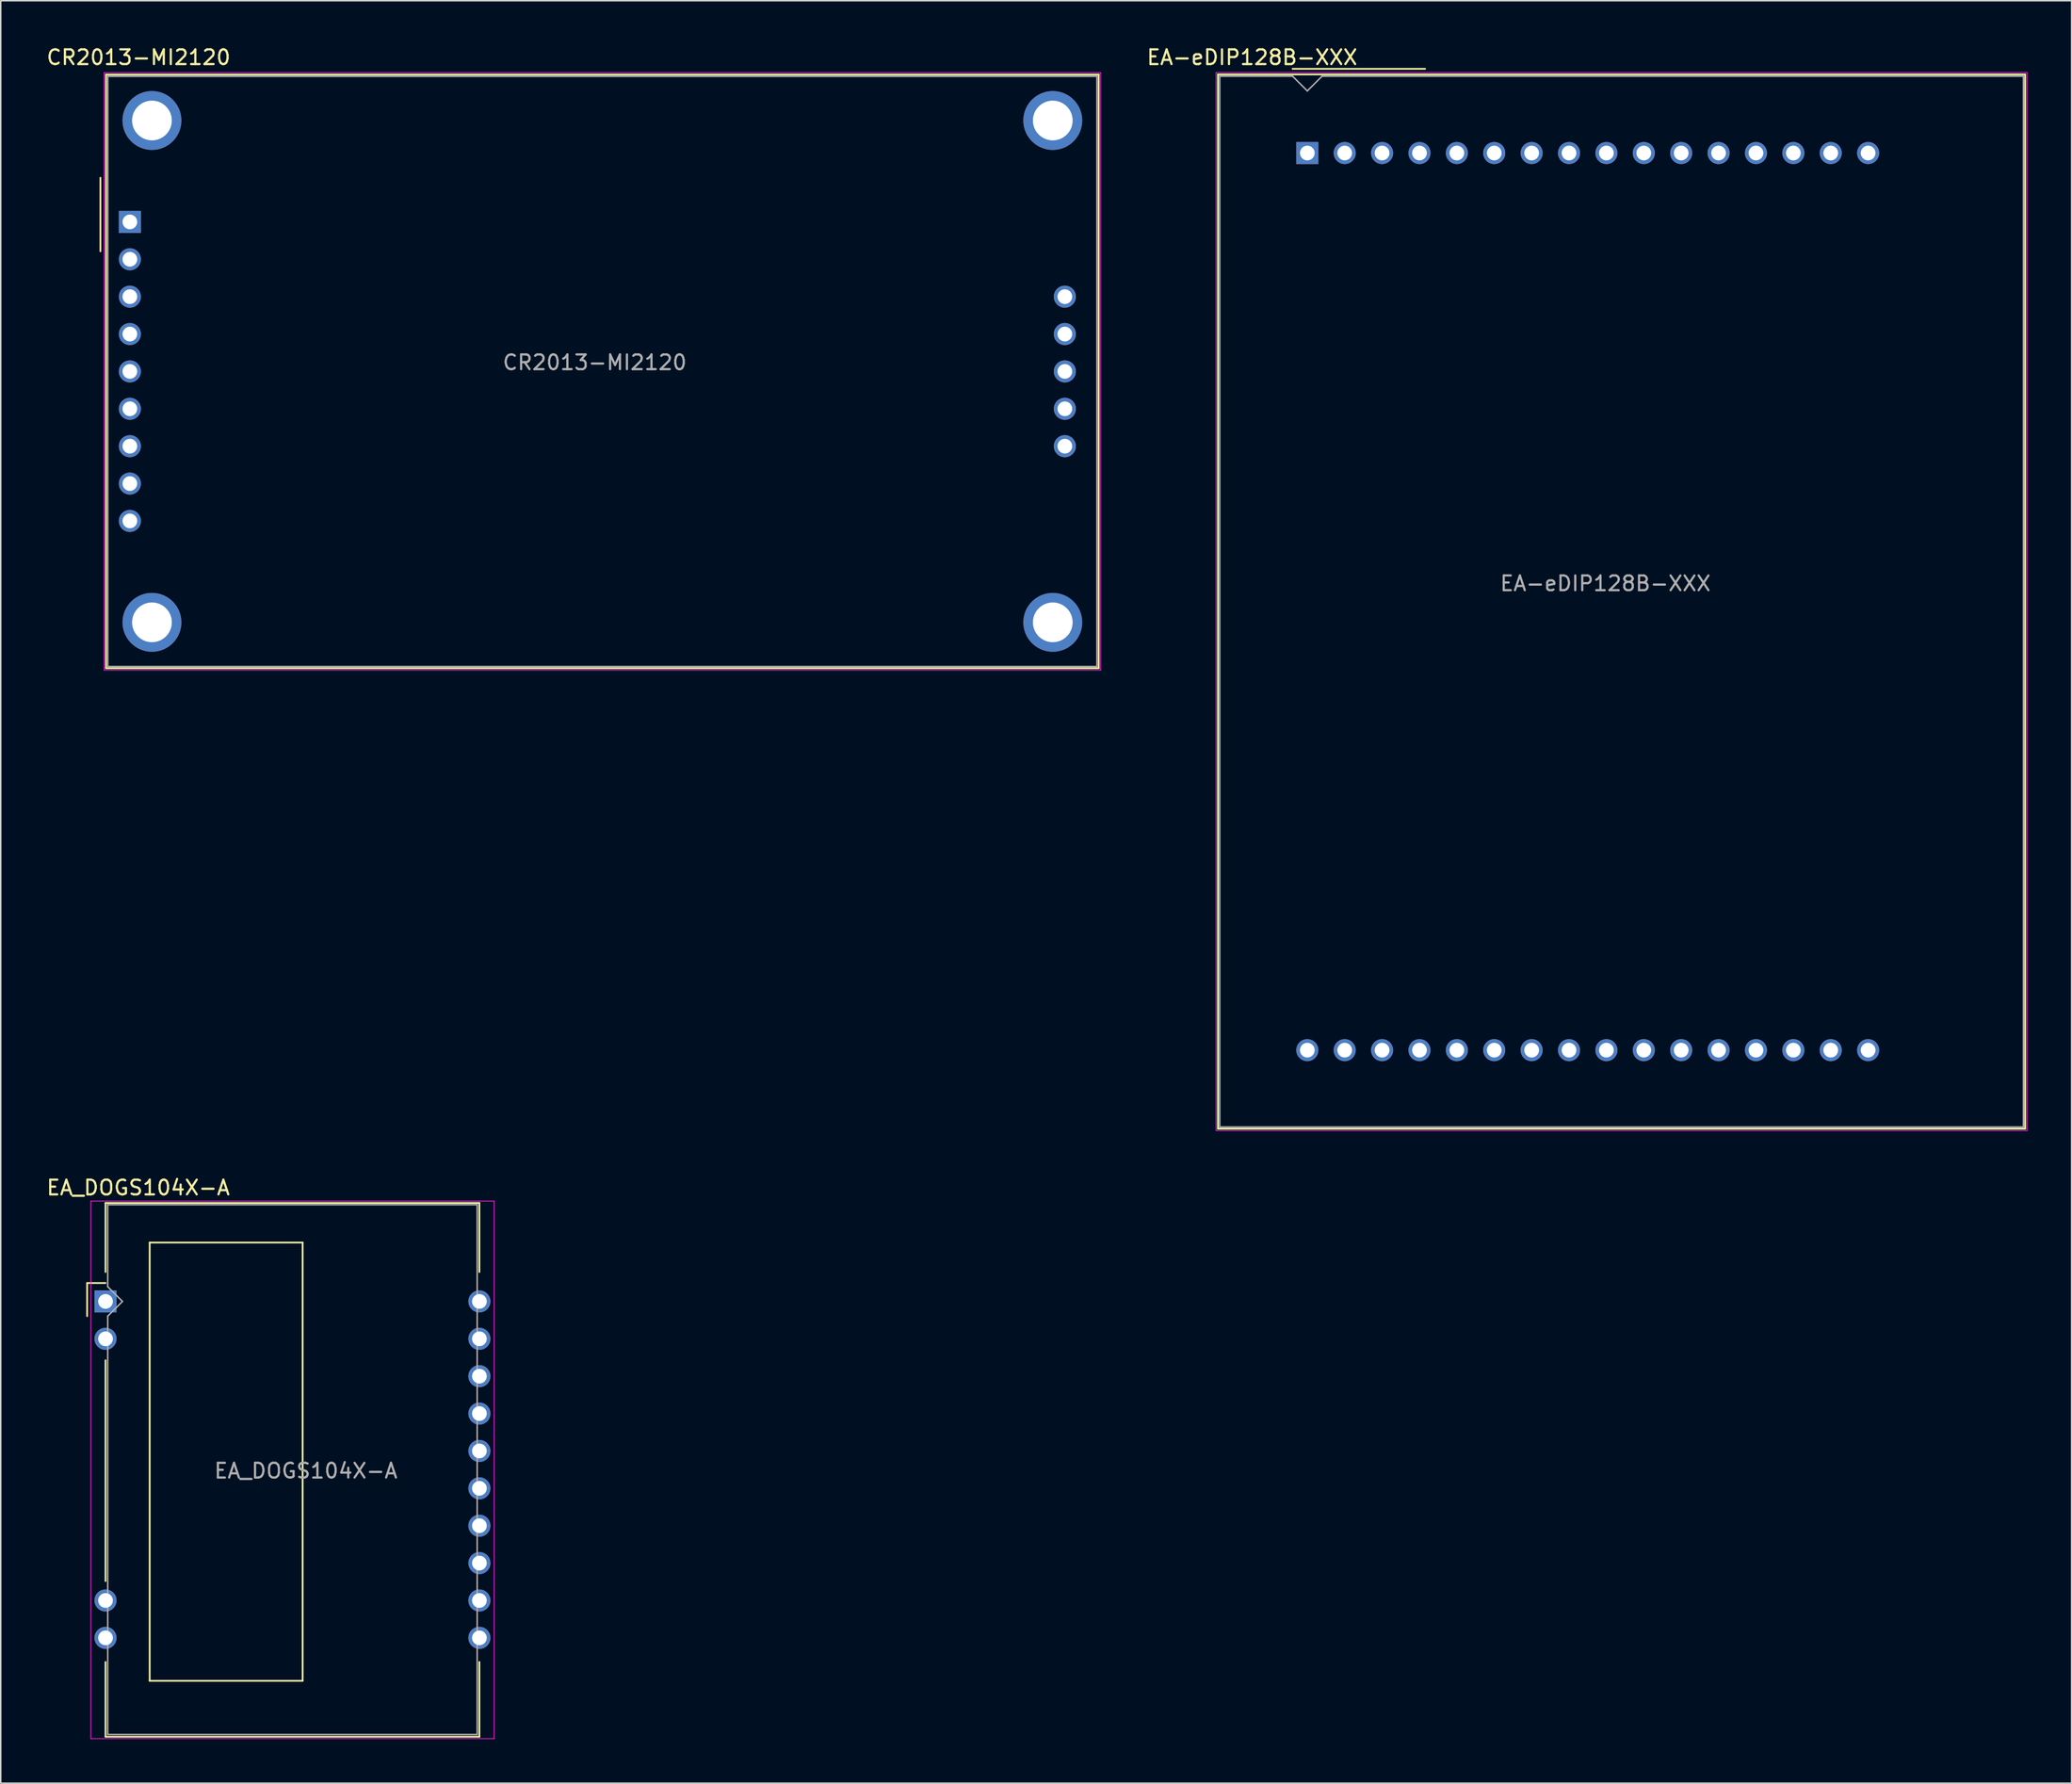
<source format=kicad_pcb>
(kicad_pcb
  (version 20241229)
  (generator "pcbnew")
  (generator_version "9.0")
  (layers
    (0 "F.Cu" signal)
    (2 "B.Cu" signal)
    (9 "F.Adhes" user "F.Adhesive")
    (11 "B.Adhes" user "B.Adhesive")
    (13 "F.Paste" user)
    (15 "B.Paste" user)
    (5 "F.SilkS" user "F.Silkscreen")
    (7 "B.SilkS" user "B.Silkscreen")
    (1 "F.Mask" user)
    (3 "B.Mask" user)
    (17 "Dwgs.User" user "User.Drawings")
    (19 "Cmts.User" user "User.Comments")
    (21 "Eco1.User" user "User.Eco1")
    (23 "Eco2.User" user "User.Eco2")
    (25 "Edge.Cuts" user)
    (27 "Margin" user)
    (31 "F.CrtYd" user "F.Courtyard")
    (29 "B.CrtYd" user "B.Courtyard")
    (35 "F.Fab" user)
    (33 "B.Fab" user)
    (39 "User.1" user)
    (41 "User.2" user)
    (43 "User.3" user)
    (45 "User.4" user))
  (footprint "EA-eDIP128B-XXX"
    (layer "F.Cu")
    (at 85.766 7.348)
    (property "Reference" "EA-eDIP128B-XXX" (at -3.75 -6.5 0) (layer "F.SilkS") (effects (font (size 1 1) (thickness 0.15))))
    (attr through_hole)
    (fp_line (start -6.07 -5.34) (end 48.77 -5.34) (stroke (width 0.12) (type solid)) (layer "F.SilkS"))
    (fp_line (start -6.07 66.3) (end -6.07 -5.34) (stroke (width 0.12) (type solid)) (layer "F.SilkS"))
    (fp_line (start -1 -5.72) (end 8 -5.72) (stroke (width 0.12) (type solid)) (layer "F.SilkS"))
    (fp_line (start 48.77 -5.34) (end 48.77 66.3) (stroke (width 0.12) (type solid)) (layer "F.SilkS"))
    (fp_line (start 48.77 66.3) (end -6.07 66.3) (stroke (width 0.12) (type solid)) (layer "F.SilkS"))
    (fp_line (start -6.2 -5.47) (end 48.9 -5.47) (stroke (width 0.05) (type solid)) (layer "F.CrtYd"))
    (fp_line (start -6.2 66.43) (end -6.2 -5.47) (stroke (width 0.05) (type solid)) (layer "F.CrtYd"))
    (fp_line (start 48.9 -5.47) (end 48.9 66.43) (stroke (width 0.05) (type solid)) (layer "F.CrtYd"))
    (fp_line (start 48.9 66.43) (end -6.2 66.43) (stroke (width 0.05) (type solid)) (layer "F.CrtYd"))
    (fp_line (start -5.95 -5.22) (end -1 -5.22) (stroke (width 0.1) (type solid)) (layer "F.Fab"))
    (fp_line (start -5.95 66.18) (end -5.95 -5.22) (stroke (width 0.1) (type solid)) (layer "F.Fab"))
    (fp_line (start -1 -5.22) (end 0 -4.22) (stroke (width 0.1) (type solid)) (layer "F.Fab"))
    (fp_line (start 0 -4.22) (end 1 -5.22) (stroke (width 0.1) (type solid)) (layer "F.Fab"))
    (fp_line (start 1 -5.22) (end 48.65 -5.22) (stroke (width 0.1) (type solid)) (layer "F.Fab"))
    (fp_line (start 48.65 -5.22) (end 48.65 66.18) (stroke (width 0.1) (type solid)) (layer "F.Fab"))
    (fp_line (start 48.65 66.18) (end -5.95 66.18) (stroke (width 0.1) (type solid)) (layer "F.Fab"))
    (fp_text user "${REFERENCE}" (at 20.25 29.25 0) (layer "F.Fab") (effects (font (size 1 1) (thickness 0.15))))
    (pad "1" thru_hole rect (at 0 0) (size 1.5 1.5) (drill 1) (layers "*.Cu" "*.Mask"))
    (pad "2" thru_hole circle (at 2.54 0) (size 1.5 1.5) (drill 1) (layers "*.Cu" "*.Mask"))
    (pad "3" thru_hole circle (at 5.08 0) (size 1.5 1.5) (drill 1) (layers "*.Cu" "*.Mask"))
    (pad "4" thru_hole circle (at 7.62 0) (size 1.5 1.5) (drill 1) (layers "*.Cu" "*.Mask"))
    (pad "5" thru_hole circle (at 10.16 0) (size 1.5 1.5) (drill 1) (layers "*.Cu" "*.Mask"))
    (pad "6" thru_hole circle (at 12.7 0) (size 1.5 1.5) (drill 1) (layers "*.Cu" "*.Mask"))
    (pad "7" thru_hole circle (at 15.24 0) (size 1.5 1.5) (drill 1) (layers "*.Cu" "*.Mask"))
    (pad "8" thru_hole circle (at 17.78 0) (size 1.5 1.5) (drill 1) (layers "*.Cu" "*.Mask"))
    (pad "9" thru_hole circle (at 20.32 0) (size 1.5 1.5) (drill 1) (layers "*.Cu" "*.Mask"))
    (pad "10" thru_hole circle (at 22.86 0) (size 1.5 1.5) (drill 1) (layers "*.Cu" "*.Mask"))
    (pad "11" thru_hole circle (at 25.4 0) (size 1.5 1.5) (drill 1) (layers "*.Cu" "*.Mask"))
    (pad "12" thru_hole circle (at 27.94 0) (size 1.5 1.5) (drill 1) (layers "*.Cu" "*.Mask"))
    (pad "13" thru_hole circle (at 30.48 0) (size 1.5 1.5) (drill 1) (layers "*.Cu" "*.Mask"))
    (pad "14" thru_hole circle (at 33.02 0) (size 1.5 1.5) (drill 1) (layers "*.Cu" "*.Mask"))
    (pad "15" thru_hole circle (at 35.56 0) (size 1.5 1.5) (drill 1) (layers "*.Cu" "*.Mask"))
    (pad "16" thru_hole circle (at 38.1 0) (size 1.5 1.5) (drill 1) (layers "*.Cu" "*.Mask"))
    (pad "17" thru_hole circle (at 38.1 60.96) (size 1.5 1.5) (drill 1) (layers "*.Cu" "*.Mask"))
    (pad "18" thru_hole circle (at 35.56 60.96) (size 1.5 1.5) (drill 1) (layers "*.Cu" "*.Mask"))
    (pad "19" thru_hole circle (at 33.02 60.96) (size 1.5 1.5) (drill 1) (layers "*.Cu" "*.Mask"))
    (pad "20" thru_hole circle (at 30.48 60.96) (size 1.5 1.5) (drill 1) (layers "*.Cu" "*.Mask"))
    (pad "21" thru_hole circle (at 27.94 60.96) (size 1.5 1.5) (drill 1) (layers "*.Cu" "*.Mask"))
    (pad "22" thru_hole circle (at 25.4 60.96) (size 1.5 1.5) (drill 1) (layers "*.Cu" "*.Mask"))
    (pad "23" thru_hole circle (at 22.86 60.96) (size 1.5 1.5) (drill 1) (layers "*.Cu" "*.Mask"))
    (pad "24" thru_hole circle (at 20.32 60.96) (size 1.5 1.5) (drill 1) (layers "*.Cu" "*.Mask"))
    (pad "25" thru_hole circle (at 17.78 60.96) (size 1.5 1.5) (drill 1) (layers "*.Cu" "*.Mask"))
    (pad "26" thru_hole circle (at 15.24 60.96) (size 1.5 1.5) (drill 1) (layers "*.Cu" "*.Mask"))
    (pad "27" thru_hole circle (at 12.7 60.96) (size 1.5 1.5) (drill 1) (layers "*.Cu" "*.Mask"))
    (pad "28" thru_hole circle (at 10.16 60.96) (size 1.5 1.5) (drill 1) (layers "*.Cu" "*.Mask"))
    (pad "29" thru_hole circle (at 7.62 60.96) (size 1.5 1.5) (drill 1) (layers "*.Cu" "*.Mask"))
    (pad "30" thru_hole circle (at 5.08 60.96) (size 1.5 1.5) (drill 1) (layers "*.Cu" "*.Mask"))
    (pad "31" thru_hole circle (at 2.54 60.96) (size 1.5 1.5) (drill 1) (layers "*.Cu" "*.Mask"))
    (pad "32" thru_hole circle (at 0 60.96) (size 1.5 1.5) (drill 1) (layers "*.Cu" "*.Mask")))
  (footprint "EA_DOGS104X-A"
    (layer "F.Cu")
    (at 4.119 85.382)
    (property "Reference" "EA_DOGS104X-A" (at 2.22 -7.73 0) (layer "F.SilkS") (effects (font (size 1 1) (thickness 0.15))))
    (attr through_hole)
    (fp_line (start -1.25 -1.25) (end -1.25 1) (stroke (width 0.12) (type solid)) (layer "F.SilkS"))
    (fp_line (start -1.25 -1.25) (end 0 -1.25) (stroke (width 0.12) (type solid)) (layer "F.SilkS"))
    (fp_line (start 0 -6.69) (end 25.4 -6.69) (stroke (width 0.12) (type solid)) (layer "F.SilkS"))
    (fp_line (start 0 -2) (end 0 -6.69) (stroke (width 0.12) (type solid)) (layer "F.SilkS"))
    (fp_line (start 0 4) (end 0 19) (stroke (width 0.12) (type solid)) (layer "F.SilkS"))
    (fp_line (start 0 24.5) (end 0 29.58) (stroke (width 0.12) (type solid)) (layer "F.SilkS"))
    (fp_line (start 3 -4) (end 3 25.78) (stroke (width 0.12) (type solid)) (layer "F.SilkS"))
    (fp_line (start 3 25.78) (end 13.39 25.78) (stroke (width 0.12) (type solid)) (layer "F.SilkS"))
    (fp_line (start 13.39 -4) (end 3 -4) (stroke (width 0.12) (type solid)) (layer "F.SilkS"))
    (fp_line (start 13.39 25.78) (end 13.39 -4) (stroke (width 0.12) (type solid)) (layer "F.SilkS"))
    (fp_line (start 25.4 -6.69) (end 25.4 -2) (stroke (width 0.12) (type solid)) (layer "F.SilkS"))
    (fp_line (start 25.4 24.5) (end 25.4 29.58) (stroke (width 0.12) (type solid)) (layer "F.SilkS"))
    (fp_line (start 25.4 29.58) (end 0 29.58) (stroke (width 0.12) (type solid)) (layer "F.SilkS"))
    (fp_line (start -1 -6.82) (end 26.4 -6.82) (stroke (width 0.05) (type solid)) (layer "F.CrtYd"))
    (fp_line (start -1 29.71) (end -1 -6.82) (stroke (width 0.05) (type solid)) (layer "F.CrtYd"))
    (fp_line (start 26.4 -6.82) (end 26.4 29.71) (stroke (width 0.05) (type solid)) (layer "F.CrtYd"))
    (fp_line (start 26.4 29.71) (end -1 29.71) (stroke (width 0.05) (type solid)) (layer "F.CrtYd"))
    (fp_line (start 0.15 -6.57) (end 25.25 -6.57) (stroke (width 0.1) (type solid)) (layer "F.Fab"))
    (fp_line (start 0.15 -1) (end 0.15 -6.57) (stroke (width 0.1) (type solid)) (layer "F.Fab"))
    (fp_line (start 0.15 -1) (end 1.15 0) (stroke (width 0.1) (type solid)) (layer "F.Fab"))
    (fp_line (start 0.15 1) (end 0.15 29.43) (stroke (width 0.1) (type solid)) (layer "F.Fab"))
    (fp_line (start 1.15 0) (end 0.15 1) (stroke (width 0.1) (type solid)) (layer "F.Fab"))
    (fp_line (start 25.25 -6.57) (end 25.25 29.43) (stroke (width 0.1) (type solid)) (layer "F.Fab"))
    (fp_line (start 25.25 29.43) (end 0.15 29.43) (stroke (width 0.1) (type solid)) (layer "F.Fab"))
    (fp_text user "${REFERENCE}" (at 13.61 11.51 0) (layer "F.Fab") (effects (font (size 1 1) (thickness 0.15))))
    (pad "1" thru_hole rect (at 0 0) (size 1.5 1.5) (drill 1) (layers "*.Cu" "*.Mask"))
    (pad "2" thru_hole circle (at 0 2.54) (size 1.5 1.5) (drill 1) (layers "*.Cu" "*.Mask"))
    (pad "9" thru_hole circle (at 0 20.32) (size 1.5 1.5) (drill 1) (layers "*.Cu" "*.Mask"))
    (pad "10" thru_hole circle (at 0 22.86) (size 1.5 1.5) (drill 1) (layers "*.Cu" "*.Mask"))
    (pad "11" thru_hole circle (at 25.4 22.86) (size 1.5 1.5) (drill 1) (layers "*.Cu" "*.Mask"))
    (pad "12" thru_hole circle (at 25.4 20.32) (size 1.5 1.5) (drill 1) (layers "*.Cu" "*.Mask"))
    (pad "13" thru_hole circle (at 25.4 17.78) (size 1.5 1.5) (drill 1) (layers "*.Cu" "*.Mask"))
    (pad "14" thru_hole circle (at 25.4 15.24) (size 1.5 1.5) (drill 1) (layers "*.Cu" "*.Mask"))
    (pad "15" thru_hole circle (at 25.4 12.7) (size 1.5 1.5) (drill 1) (layers "*.Cu" "*.Mask"))
    (pad "16" thru_hole circle (at 25.4 10.16) (size 1.5 1.5) (drill 1) (layers "*.Cu" "*.Mask"))
    (pad "17" thru_hole circle (at 25.4 7.62) (size 1.5 1.5) (drill 1) (layers "*.Cu" "*.Mask"))
    (pad "18" thru_hole circle (at 25.4 5.08) (size 1.5 1.5) (drill 1) (layers "*.Cu" "*.Mask"))
    (pad "19" thru_hole circle (at 25.4 2.54) (size 1.5 1.5) (drill 1) (layers "*.Cu" "*.Mask"))
    (pad "20" thru_hole circle (at 25.4 0) (size 1.5 1.5) (drill 1) (layers "*.Cu" "*.Mask")))
  (footprint "CR2013-MI2120"
    (layer "F.Cu")
    (at 5.773 12.028)
    (property "Reference" "CR2013-MI2120" (at 0.59 -11.18 0) (layer "F.SilkS") (effects (font (size 1 1) (thickness 0.15))))
    (attr through_hole)
    (fp_line (start -2 -3) (end -2 2) (stroke (width 0.12) (type solid)) (layer "F.SilkS"))
    (fp_line (start -1.62 -10.01) (end 65.82 -10.01) (stroke (width 0.12) (type solid)) (layer "F.SilkS"))
    (fp_line (start -1.62 30.33) (end -1.62 -10.01) (stroke (width 0.12) (type solid)) (layer "F.SilkS"))
    (fp_line (start 65.82 -10.01) (end 65.82 30.33) (stroke (width 0.12) (type solid)) (layer "F.SilkS"))
    (fp_line (start 65.82 30.33) (end -1.62 30.33) (stroke (width 0.12) (type solid)) (layer "F.SilkS"))
    (fp_line (start -1.75 -10.14) (end 65.95 -10.14) (stroke (width 0.05) (type solid)) (layer "F.CrtYd"))
    (fp_line (start -1.75 30.46) (end -1.75 -10.14) (stroke (width 0.05) (type solid)) (layer "F.CrtYd"))
    (fp_line (start 65.95 -10.14) (end 65.95 30.46) (stroke (width 0.05) (type solid)) (layer "F.CrtYd"))
    (fp_line (start 65.95 30.46) (end -1.75 30.46) (stroke (width 0.05) (type solid)) (layer "F.CrtYd"))
    (fp_line (start -1.5 -9.89) (end 65.7 -9.89) (stroke (width 0.1) (type solid)) (layer "F.Fab"))
    (fp_line (start -1.5 30.21) (end -1.5 -9.89) (stroke (width 0.1) (type solid)) (layer "F.Fab"))
    (fp_line (start 65.7 -9.89) (end 65.7 30.21) (stroke (width 0.1) (type solid)) (layer "F.Fab"))
    (fp_line (start 65.7 30.21) (end -1.5 30.21) (stroke (width 0.1) (type solid)) (layer "F.Fab"))
    (fp_text user "${REFERENCE}" (at 31.58 9.55 0) (layer "F.Fab") (effects (font (size 1 1) (thickness 0.15))))
    (pad "" thru_hole circle (at 1.5 -6.89) (size 4 4) (drill 2.7) (layers "*.Cu" "*.Mask"))
    (pad "" thru_hole circle (at 1.5 27.21) (size 4 4) (drill 2.7) (layers "*.Cu" "*.Mask"))
    (pad "" thru_hole circle (at 62.7 -6.89) (size 4 4) (drill 2.7) (layers "*.Cu" "*.Mask"))
    (pad "" thru_hole circle (at 62.7 27.21) (size 4 4) (drill 2.7) (layers "*.Cu" "*.Mask"))
    (pad "1" thru_hole rect (at 0 0) (size 1.5 1.5) (drill 1) (layers "*.Cu" "*.Mask"))
    (pad "2" thru_hole circle (at 0 2.54) (size 1.5 1.5) (drill 1) (layers "*.Cu" "*.Mask"))
    (pad "3" thru_hole circle (at 0 5.08) (size 1.5 1.5) (drill 1) (layers "*.Cu" "*.Mask"))
    (pad "4" thru_hole circle (at 0 7.62) (size 1.5 1.5) (drill 1) (layers "*.Cu" "*.Mask"))
    (pad "5" thru_hole circle (at 0 10.16) (size 1.5 1.5) (drill 1) (layers "*.Cu" "*.Mask"))
    (pad "6" thru_hole circle (at 0 12.7) (size 1.5 1.5) (drill 1) (layers "*.Cu" "*.Mask"))
    (pad "7" thru_hole circle (at 0 15.24) (size 1.5 1.5) (drill 1) (layers "*.Cu" "*.Mask"))
    (pad "8" thru_hole circle (at 0 17.78) (size 1.5 1.5) (drill 1) (layers "*.Cu" "*.Mask"))
    (pad "9" thru_hole circle (at 0 20.32) (size 1.5 1.5) (drill 1) (layers "*.Cu" "*.Mask"))
    (pad "10" thru_hole circle (at 63.52 5.08) (size 1.5 1.5) (drill 1) (layers "*.Cu" "*.Mask"))
    (pad "11" thru_hole circle (at 63.52 7.62) (size 1.5 1.5) (drill 1) (layers "*.Cu" "*.Mask"))
    (pad "12" thru_hole circle (at 63.52 10.16) (size 1.5 1.5) (drill 1) (layers "*.Cu" "*.Mask"))
    (pad "13" thru_hole circle (at 63.52 12.7) (size 1.5 1.5) (drill 1) (layers "*.Cu" "*.Mask"))
    (pad "14" thru_hole circle (at 63.52 15.24) (size 1.5 1.5) (drill 1) (layers "*.Cu" "*.Mask")))
  (gr_rect
    (start -3 -3)
    (end 137.691 118.117)
    (stroke (width 0.1) (type default))
    (fill no)
    (layer "Edge.Cuts")))
</source>
